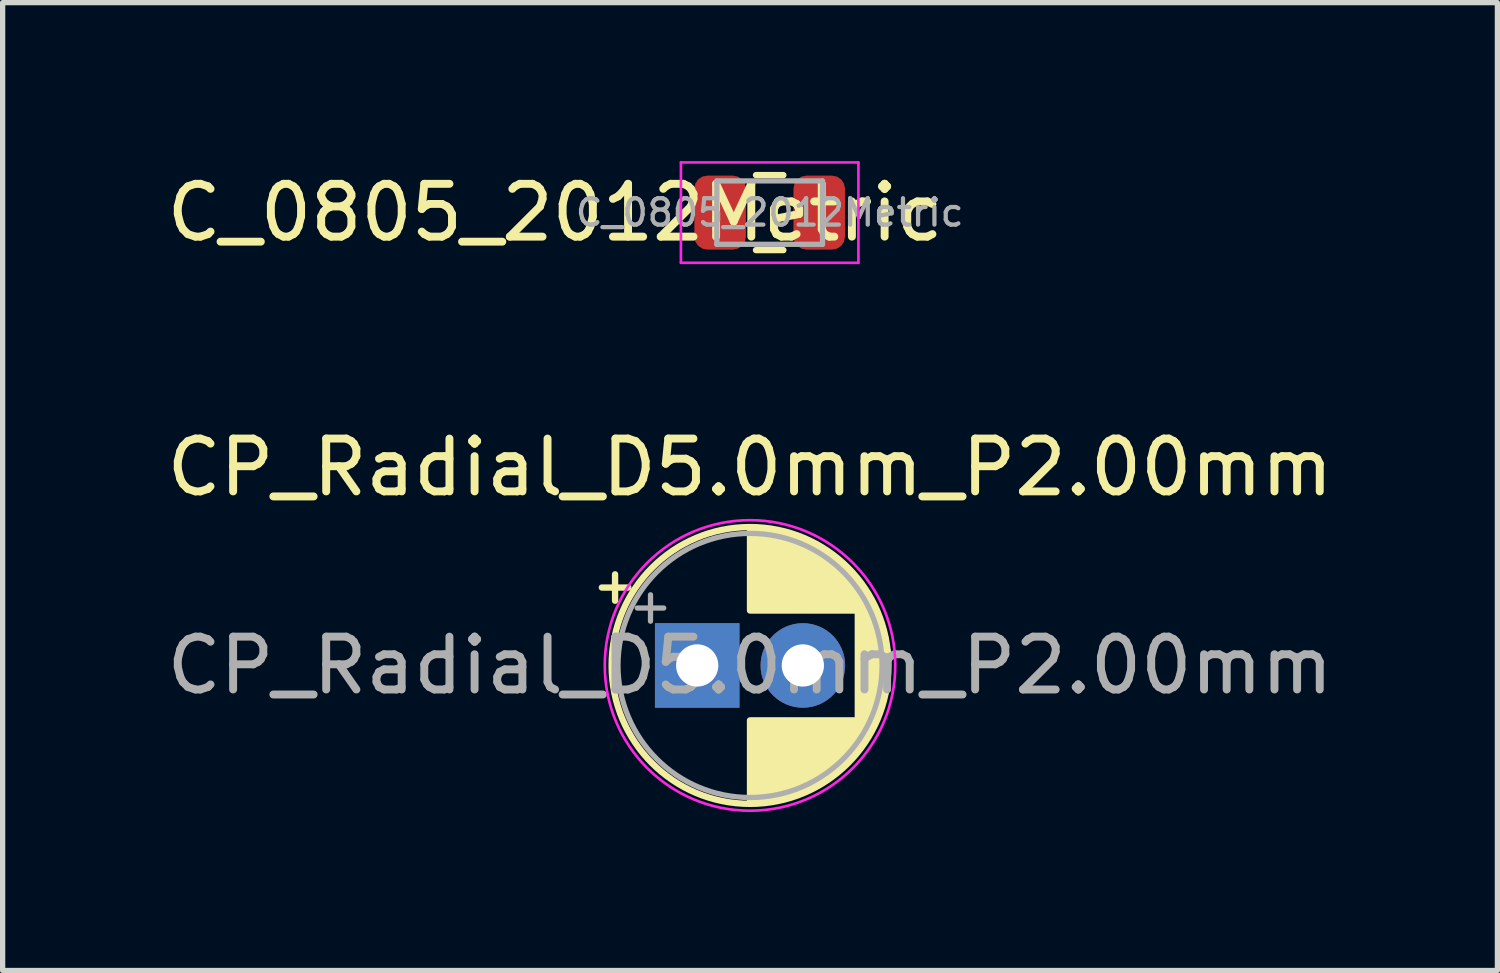
<source format=kicad_pcb>
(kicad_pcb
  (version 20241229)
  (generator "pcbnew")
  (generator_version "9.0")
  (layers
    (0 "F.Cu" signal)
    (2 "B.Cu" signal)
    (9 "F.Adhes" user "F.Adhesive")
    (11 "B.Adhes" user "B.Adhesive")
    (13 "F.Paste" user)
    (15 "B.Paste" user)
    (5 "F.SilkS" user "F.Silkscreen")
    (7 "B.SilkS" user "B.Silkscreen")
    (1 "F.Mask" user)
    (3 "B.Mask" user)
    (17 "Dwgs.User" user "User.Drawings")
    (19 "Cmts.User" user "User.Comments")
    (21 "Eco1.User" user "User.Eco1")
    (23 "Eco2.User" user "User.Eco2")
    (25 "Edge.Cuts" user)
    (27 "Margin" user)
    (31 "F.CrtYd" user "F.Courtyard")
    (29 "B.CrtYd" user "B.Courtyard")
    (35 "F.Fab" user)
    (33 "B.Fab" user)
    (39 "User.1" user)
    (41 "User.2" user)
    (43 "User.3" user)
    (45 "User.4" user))
  (footprint "C_0805_2012Metric"
    (layer "F.Cu")
    (at 11.521 0.975)
    (property "Reference" "C_0805_2012Metric" (at -4.062 0 180) (layer "F.SilkS") (effects (font (size 1 1) (thickness 0.15))))
    (attr smd)
    (fp_line (start -0.259 -0.71) (end 0.259 -0.71) (stroke (width 0.12) (type solid)) (layer "F.SilkS"))
    (fp_line (start -0.259 0.71) (end 0.259 0.71) (stroke (width 0.12) (type solid)) (layer "F.SilkS"))
    (fp_line (start -1.68 -0.95) (end 1.68 -0.95) (stroke (width 0.05) (type solid)) (layer "F.CrtYd"))
    (fp_line (start -1.68 0.95) (end -1.68 -0.95) (stroke (width 0.05) (type solid)) (layer "F.CrtYd"))
    (fp_line (start 1.68 -0.95) (end 1.68 0.95) (stroke (width 0.05) (type solid)) (layer "F.CrtYd"))
    (fp_line (start 1.68 0.95) (end -1.68 0.95) (stroke (width 0.05) (type solid)) (layer "F.CrtYd"))
    (fp_line (start -1 -0.6) (end 1 -0.6) (stroke (width 0.1) (type solid)) (layer "F.Fab"))
    (fp_line (start -1 0.6) (end -1 -0.6) (stroke (width 0.1) (type solid)) (layer "F.Fab"))
    (fp_line (start 1 -0.6) (end 1 0.6) (stroke (width 0.1) (type solid)) (layer "F.Fab"))
    (fp_line (start 1 0.6) (end -1 0.6) (stroke (width 0.1) (type solid)) (layer "F.Fab"))
    (fp_text user "${REFERENCE}" (at 0 0 180) (layer "F.Fab") (effects (font (size 0.5 0.5) (thickness 0.08))))
    (pad "1" smd roundrect (at -0.938 0) (size 0.975 1.4) (layers "F.Cu" "F.Mask" "F.Paste") (roundrect_rratio 0.25))
    (pad "2" smd roundrect (at 0.938 0) (size 0.975 1.4) (layers "F.Cu" "F.Mask" "F.Paste") (roundrect_rratio 0.25)))
  (footprint "CP_Radial_D5.0mm_P2.00mm"
    (layer "F.Cu")
    (at 10.149 9.548)
    (property "Reference" "CP_Radial_D5.0mm_P2.00mm" (at 1 -3.75 180) (layer "F.SilkS") (effects (font (size 1 1) (thickness 0.15))))
    (attr through_hole)
    (fp_line (start -1.805 -1.475) (end -1.305 -1.475) (stroke (width 0.12) (type solid)) (layer "F.SilkS"))
    (fp_line (start -1.555 -1.725) (end -1.555 -1.225) (stroke (width 0.12) (type solid)) (layer "F.SilkS"))
    (fp_line (start 1 -2.58) (end 1 -1.04) (stroke (width 0.12) (type solid)) (layer "F.SilkS"))
    (fp_line (start 1 1.04) (end 1 2.58) (stroke (width 0.12) (type solid)) (layer "F.SilkS"))
    (fp_line (start 1.04 -2.58) (end 1.04 -1.04) (stroke (width 0.12) (type solid)) (layer "F.SilkS"))
    (fp_line (start 1.04 1.04) (end 1.04 2.58) (stroke (width 0.12) (type solid)) (layer "F.SilkS"))
    (fp_line (start 1.08 -2.579) (end 1.08 -1.04) (stroke (width 0.12) (type solid)) (layer "F.SilkS"))
    (fp_line (start 1.08 1.04) (end 1.08 2.579) (stroke (width 0.12) (type solid)) (layer "F.SilkS"))
    (fp_line (start 1.12 -2.578) (end 1.12 -1.04) (stroke (width 0.12) (type solid)) (layer "F.SilkS"))
    (fp_line (start 1.12 1.04) (end 1.12 2.578) (stroke (width 0.12) (type solid)) (layer "F.SilkS"))
    (fp_line (start 1.16 -2.576) (end 1.16 -1.04) (stroke (width 0.12) (type solid)) (layer "F.SilkS"))
    (fp_line (start 1.16 1.04) (end 1.16 2.576) (stroke (width 0.12) (type solid)) (layer "F.SilkS"))
    (fp_line (start 1.2 -2.573) (end 1.2 -1.04) (stroke (width 0.12) (type solid)) (layer "F.SilkS"))
    (fp_line (start 1.2 1.04) (end 1.2 2.573) (stroke (width 0.12) (type solid)) (layer "F.SilkS"))
    (fp_line (start 1.24 -2.569) (end 1.24 -1.04) (stroke (width 0.12) (type solid)) (layer "F.SilkS"))
    (fp_line (start 1.24 1.04) (end 1.24 2.569) (stroke (width 0.12) (type solid)) (layer "F.SilkS"))
    (fp_line (start 1.28 -2.565) (end 1.28 -1.04) (stroke (width 0.12) (type solid)) (layer "F.SilkS"))
    (fp_line (start 1.28 1.04) (end 1.28 2.565) (stroke (width 0.12) (type solid)) (layer "F.SilkS"))
    (fp_line (start 1.32 -2.561) (end 1.32 -1.04) (stroke (width 0.12) (type solid)) (layer "F.SilkS"))
    (fp_line (start 1.32 1.04) (end 1.32 2.561) (stroke (width 0.12) (type solid)) (layer "F.SilkS"))
    (fp_line (start 1.36 -2.556) (end 1.36 -1.04) (stroke (width 0.12) (type solid)) (layer "F.SilkS"))
    (fp_line (start 1.36 1.04) (end 1.36 2.556) (stroke (width 0.12) (type solid)) (layer "F.SilkS"))
    (fp_line (start 1.4 -2.55) (end 1.4 -1.04) (stroke (width 0.12) (type solid)) (layer "F.SilkS"))
    (fp_line (start 1.4 1.04) (end 1.4 2.55) (stroke (width 0.12) (type solid)) (layer "F.SilkS"))
    (fp_line (start 1.44 -2.543) (end 1.44 -1.04) (stroke (width 0.12) (type solid)) (layer "F.SilkS"))
    (fp_line (start 1.44 1.04) (end 1.44 2.543) (stroke (width 0.12) (type solid)) (layer "F.SilkS"))
    (fp_line (start 1.48 -2.536) (end 1.48 -1.04) (stroke (width 0.12) (type solid)) (layer "F.SilkS"))
    (fp_line (start 1.48 1.04) (end 1.48 2.536) (stroke (width 0.12) (type solid)) (layer "F.SilkS"))
    (fp_line (start 1.52 -2.528) (end 1.52 -1.04) (stroke (width 0.12) (type solid)) (layer "F.SilkS"))
    (fp_line (start 1.52 1.04) (end 1.52 2.528) (stroke (width 0.12) (type solid)) (layer "F.SilkS"))
    (fp_line (start 1.56 -2.52) (end 1.56 -1.04) (stroke (width 0.12) (type solid)) (layer "F.SilkS"))
    (fp_line (start 1.56 1.04) (end 1.56 2.52) (stroke (width 0.12) (type solid)) (layer "F.SilkS"))
    (fp_line (start 1.6 -2.511) (end 1.6 -1.04) (stroke (width 0.12) (type solid)) (layer "F.SilkS"))
    (fp_line (start 1.6 1.04) (end 1.6 2.511) (stroke (width 0.12) (type solid)) (layer "F.SilkS"))
    (fp_line (start 1.64 -2.501) (end 1.64 -1.04) (stroke (width 0.12) (type solid)) (layer "F.SilkS"))
    (fp_line (start 1.64 1.04) (end 1.64 2.501) (stroke (width 0.12) (type solid)) (layer "F.SilkS"))
    (fp_line (start 1.68 -2.491) (end 1.68 -1.04) (stroke (width 0.12) (type solid)) (layer "F.SilkS"))
    (fp_line (start 1.68 1.04) (end 1.68 2.491) (stroke (width 0.12) (type solid)) (layer "F.SilkS"))
    (fp_line (start 1.721 -2.48) (end 1.721 -1.04) (stroke (width 0.12) (type solid)) (layer "F.SilkS"))
    (fp_line (start 1.721 1.04) (end 1.721 2.48) (stroke (width 0.12) (type solid)) (layer "F.SilkS"))
    (fp_line (start 1.761 -2.468) (end 1.761 -1.04) (stroke (width 0.12) (type solid)) (layer "F.SilkS"))
    (fp_line (start 1.761 1.04) (end 1.761 2.468) (stroke (width 0.12) (type solid)) (layer "F.SilkS"))
    (fp_line (start 1.801 -2.455) (end 1.801 -1.04) (stroke (width 0.12) (type solid)) (layer "F.SilkS"))
    (fp_line (start 1.801 1.04) (end 1.801 2.455) (stroke (width 0.12) (type solid)) (layer "F.SilkS"))
    (fp_line (start 1.841 -2.442) (end 1.841 -1.04) (stroke (width 0.12) (type solid)) (layer "F.SilkS"))
    (fp_line (start 1.841 1.04) (end 1.841 2.442) (stroke (width 0.12) (type solid)) (layer "F.SilkS"))
    (fp_line (start 1.881 -2.428) (end 1.881 -1.04) (stroke (width 0.12) (type solid)) (layer "F.SilkS"))
    (fp_line (start 1.881 1.04) (end 1.881 2.428) (stroke (width 0.12) (type solid)) (layer "F.SilkS"))
    (fp_line (start 1.921 -2.414) (end 1.921 -1.04) (stroke (width 0.12) (type solid)) (layer "F.SilkS"))
    (fp_line (start 1.921 1.04) (end 1.921 2.414) (stroke (width 0.12) (type solid)) (layer "F.SilkS"))
    (fp_line (start 1.961 -2.398) (end 1.961 -1.04) (stroke (width 0.12) (type solid)) (layer "F.SilkS"))
    (fp_line (start 1.961 1.04) (end 1.961 2.398) (stroke (width 0.12) (type solid)) (layer "F.SilkS"))
    (fp_line (start 2.001 -2.382) (end 2.001 -1.04) (stroke (width 0.12) (type solid)) (layer "F.SilkS"))
    (fp_line (start 2.001 1.04) (end 2.001 2.382) (stroke (width 0.12) (type solid)) (layer "F.SilkS"))
    (fp_line (start 2.041 -2.365) (end 2.041 -1.04) (stroke (width 0.12) (type solid)) (layer "F.SilkS"))
    (fp_line (start 2.041 1.04) (end 2.041 2.365) (stroke (width 0.12) (type solid)) (layer "F.SilkS"))
    (fp_line (start 2.081 -2.348) (end 2.081 -1.04) (stroke (width 0.12) (type solid)) (layer "F.SilkS"))
    (fp_line (start 2.081 1.04) (end 2.081 2.348) (stroke (width 0.12) (type solid)) (layer "F.SilkS"))
    (fp_line (start 2.121 -2.329) (end 2.121 -1.04) (stroke (width 0.12) (type solid)) (layer "F.SilkS"))
    (fp_line (start 2.121 1.04) (end 2.121 2.329) (stroke (width 0.12) (type solid)) (layer "F.SilkS"))
    (fp_line (start 2.161 -2.31) (end 2.161 -1.04) (stroke (width 0.12) (type solid)) (layer "F.SilkS"))
    (fp_line (start 2.161 1.04) (end 2.161 2.31) (stroke (width 0.12) (type solid)) (layer "F.SilkS"))
    (fp_line (start 2.201 -2.29) (end 2.201 -1.04) (stroke (width 0.12) (type solid)) (layer "F.SilkS"))
    (fp_line (start 2.201 1.04) (end 2.201 2.29) (stroke (width 0.12) (type solid)) (layer "F.SilkS"))
    (fp_line (start 2.241 -2.268) (end 2.241 -1.04) (stroke (width 0.12) (type solid)) (layer "F.SilkS"))
    (fp_line (start 2.241 1.04) (end 2.241 2.268) (stroke (width 0.12) (type solid)) (layer "F.SilkS"))
    (fp_line (start 2.281 -2.247) (end 2.281 -1.04) (stroke (width 0.12) (type solid)) (layer "F.SilkS"))
    (fp_line (start 2.281 1.04) (end 2.281 2.247) (stroke (width 0.12) (type solid)) (layer "F.SilkS"))
    (fp_line (start 2.321 -2.224) (end 2.321 -1.04) (stroke (width 0.12) (type solid)) (layer "F.SilkS"))
    (fp_line (start 2.321 1.04) (end 2.321 2.224) (stroke (width 0.12) (type solid)) (layer "F.SilkS"))
    (fp_line (start 2.361 -2.2) (end 2.361 -1.04) (stroke (width 0.12) (type solid)) (layer "F.SilkS"))
    (fp_line (start 2.361 1.04) (end 2.361 2.2) (stroke (width 0.12) (type solid)) (layer "F.SilkS"))
    (fp_line (start 2.401 -2.175) (end 2.401 -1.04) (stroke (width 0.12) (type solid)) (layer "F.SilkS"))
    (fp_line (start 2.401 1.04) (end 2.401 2.175) (stroke (width 0.12) (type solid)) (layer "F.SilkS"))
    (fp_line (start 2.441 -2.149) (end 2.441 -1.04) (stroke (width 0.12) (type solid)) (layer "F.SilkS"))
    (fp_line (start 2.441 1.04) (end 2.441 2.149) (stroke (width 0.12) (type solid)) (layer "F.SilkS"))
    (fp_line (start 2.481 -2.122) (end 2.481 -1.04) (stroke (width 0.12) (type solid)) (layer "F.SilkS"))
    (fp_line (start 2.481 1.04) (end 2.481 2.122) (stroke (width 0.12) (type solid)) (layer "F.SilkS"))
    (fp_line (start 2.521 -2.095) (end 2.521 -1.04) (stroke (width 0.12) (type solid)) (layer "F.SilkS"))
    (fp_line (start 2.521 1.04) (end 2.521 2.095) (stroke (width 0.12) (type solid)) (layer "F.SilkS"))
    (fp_line (start 2.561 -2.065) (end 2.561 -1.04) (stroke (width 0.12) (type solid)) (layer "F.SilkS"))
    (fp_line (start 2.561 1.04) (end 2.561 2.065) (stroke (width 0.12) (type solid)) (layer "F.SilkS"))
    (fp_line (start 2.601 -2.035) (end 2.601 -1.04) (stroke (width 0.12) (type solid)) (layer "F.SilkS"))
    (fp_line (start 2.601 1.04) (end 2.601 2.035) (stroke (width 0.12) (type solid)) (layer "F.SilkS"))
    (fp_line (start 2.641 -2.004) (end 2.641 -1.04) (stroke (width 0.12) (type solid)) (layer "F.SilkS"))
    (fp_line (start 2.641 1.04) (end 2.641 2.004) (stroke (width 0.12) (type solid)) (layer "F.SilkS"))
    (fp_line (start 2.681 -1.971) (end 2.681 -1.04) (stroke (width 0.12) (type solid)) (layer "F.SilkS"))
    (fp_line (start 2.681 1.04) (end 2.681 1.971) (stroke (width 0.12) (type solid)) (layer "F.SilkS"))
    (fp_line (start 2.721 -1.937) (end 2.721 -1.04) (stroke (width 0.12) (type solid)) (layer "F.SilkS"))
    (fp_line (start 2.721 1.04) (end 2.721 1.937) (stroke (width 0.12) (type solid)) (layer "F.SilkS"))
    (fp_line (start 2.761 -1.901) (end 2.761 -1.04) (stroke (width 0.12) (type solid)) (layer "F.SilkS"))
    (fp_line (start 2.761 1.04) (end 2.761 1.901) (stroke (width 0.12) (type solid)) (layer "F.SilkS"))
    (fp_line (start 2.801 -1.864) (end 2.801 -1.04) (stroke (width 0.12) (type solid)) (layer "F.SilkS"))
    (fp_line (start 2.801 1.04) (end 2.801 1.864) (stroke (width 0.12) (type solid)) (layer "F.SilkS"))
    (fp_line (start 2.841 -1.826) (end 2.841 -1.04) (stroke (width 0.12) (type solid)) (layer "F.SilkS"))
    (fp_line (start 2.841 1.04) (end 2.841 1.826) (stroke (width 0.12) (type solid)) (layer "F.SilkS"))
    (fp_line (start 2.881 -1.785) (end 2.881 -1.04) (stroke (width 0.12) (type solid)) (layer "F.SilkS"))
    (fp_line (start 2.881 1.04) (end 2.881 1.785) (stroke (width 0.12) (type solid)) (layer "F.SilkS"))
    (fp_line (start 2.921 -1.743) (end 2.921 -1.04) (stroke (width 0.12) (type solid)) (layer "F.SilkS"))
    (fp_line (start 2.921 1.04) (end 2.921 1.743) (stroke (width 0.12) (type solid)) (layer "F.SilkS"))
    (fp_line (start 2.961 -1.699) (end 2.961 -1.04) (stroke (width 0.12) (type solid)) (layer "F.SilkS"))
    (fp_line (start 2.961 1.04) (end 2.961 1.699) (stroke (width 0.12) (type solid)) (layer "F.SilkS"))
    (fp_line (start 3.001 -1.653) (end 3.001 -1.04) (stroke (width 0.12) (type solid)) (layer "F.SilkS"))
    (fp_line (start 3.001 1.04) (end 3.001 1.653) (stroke (width 0.12) (type solid)) (layer "F.SilkS"))
    (fp_line (start 3.041 -1.605) (end 3.041 1.605) (stroke (width 0.12) (type solid)) (layer "F.SilkS"))
    (fp_line (start 3.081 -1.554) (end 3.081 1.554) (stroke (width 0.12) (type solid)) (layer "F.SilkS"))
    (fp_line (start 3.121 -1.5) (end 3.121 1.5) (stroke (width 0.12) (type solid)) (layer "F.SilkS"))
    (fp_line (start 3.161 -1.443) (end 3.161 1.443) (stroke (width 0.12) (type solid)) (layer "F.SilkS"))
    (fp_line (start 3.201 -1.383) (end 3.201 1.383) (stroke (width 0.12) (type solid)) (layer "F.SilkS"))
    (fp_line (start 3.241 -1.319) (end 3.241 1.319) (stroke (width 0.12) (type solid)) (layer "F.SilkS"))
    (fp_line (start 3.281 -1.251) (end 3.281 1.251) (stroke (width 0.12) (type solid)) (layer "F.SilkS"))
    (fp_line (start 3.321 -1.178) (end 3.321 1.178) (stroke (width 0.12) (type solid)) (layer "F.SilkS"))
    (fp_line (start 3.361 -1.098) (end 3.361 1.098) (stroke (width 0.12) (type solid)) (layer "F.SilkS"))
    (fp_line (start 3.401 -1.011) (end 3.401 1.011) (stroke (width 0.12) (type solid)) (layer "F.SilkS"))
    (fp_line (start 3.441 -0.915) (end 3.441 0.915) (stroke (width 0.12) (type solid)) (layer "F.SilkS"))
    (fp_line (start 3.481 -0.805) (end 3.481 0.805) (stroke (width 0.12) (type solid)) (layer "F.SilkS"))
    (fp_line (start 3.521 -0.677) (end 3.521 0.677) (stroke (width 0.12) (type solid)) (layer "F.SilkS"))
    (fp_line (start 3.561 -0.518) (end 3.561 0.518) (stroke (width 0.12) (type solid)) (layer "F.SilkS"))
    (fp_line (start 3.601 -0.284) (end 3.601 0.284) (stroke (width 0.12) (type solid)) (layer "F.SilkS"))
    (fp_circle (center 1 0) (end 3.62 0) (stroke (width 0.12) (type solid)) (fill no) (layer "F.SilkS"))
    (fp_circle (center 1 0) (end 3.75 0) (stroke (width 0.05) (type solid)) (fill no) (layer "F.CrtYd"))
    (fp_line (start -1.134 -1.087) (end -0.634 -1.087) (stroke (width 0.1) (type solid)) (layer "F.Fab"))
    (fp_line (start -0.884 -1.337) (end -0.884 -0.838) (stroke (width 0.1) (type solid)) (layer "F.Fab"))
    (fp_circle (center 1 0) (end 3.5 0) (stroke (width 0.1) (type solid)) (fill no) (layer "F.Fab"))
    (fp_text user "${REFERENCE}" (at 1 0 180) (layer "F.Fab") (effects (font (size 1 1) (thickness 0.15))))
    (pad "1" thru_hole rect (at 0 0) (size 1.6 1.6) (drill 0.8) (layers "*.Cu" "*.Mask"))
    (pad "2" thru_hole circle (at 2 0) (size 1.6 1.6) (drill 0.8) (layers "*.Cu" "*.Mask")))
  (gr_rect
    (start -3 -3)
    (end 25.298 15.323)
    (stroke (width 0.1) (type default))
    (fill no)
    (layer "Edge.Cuts")))
</source>
